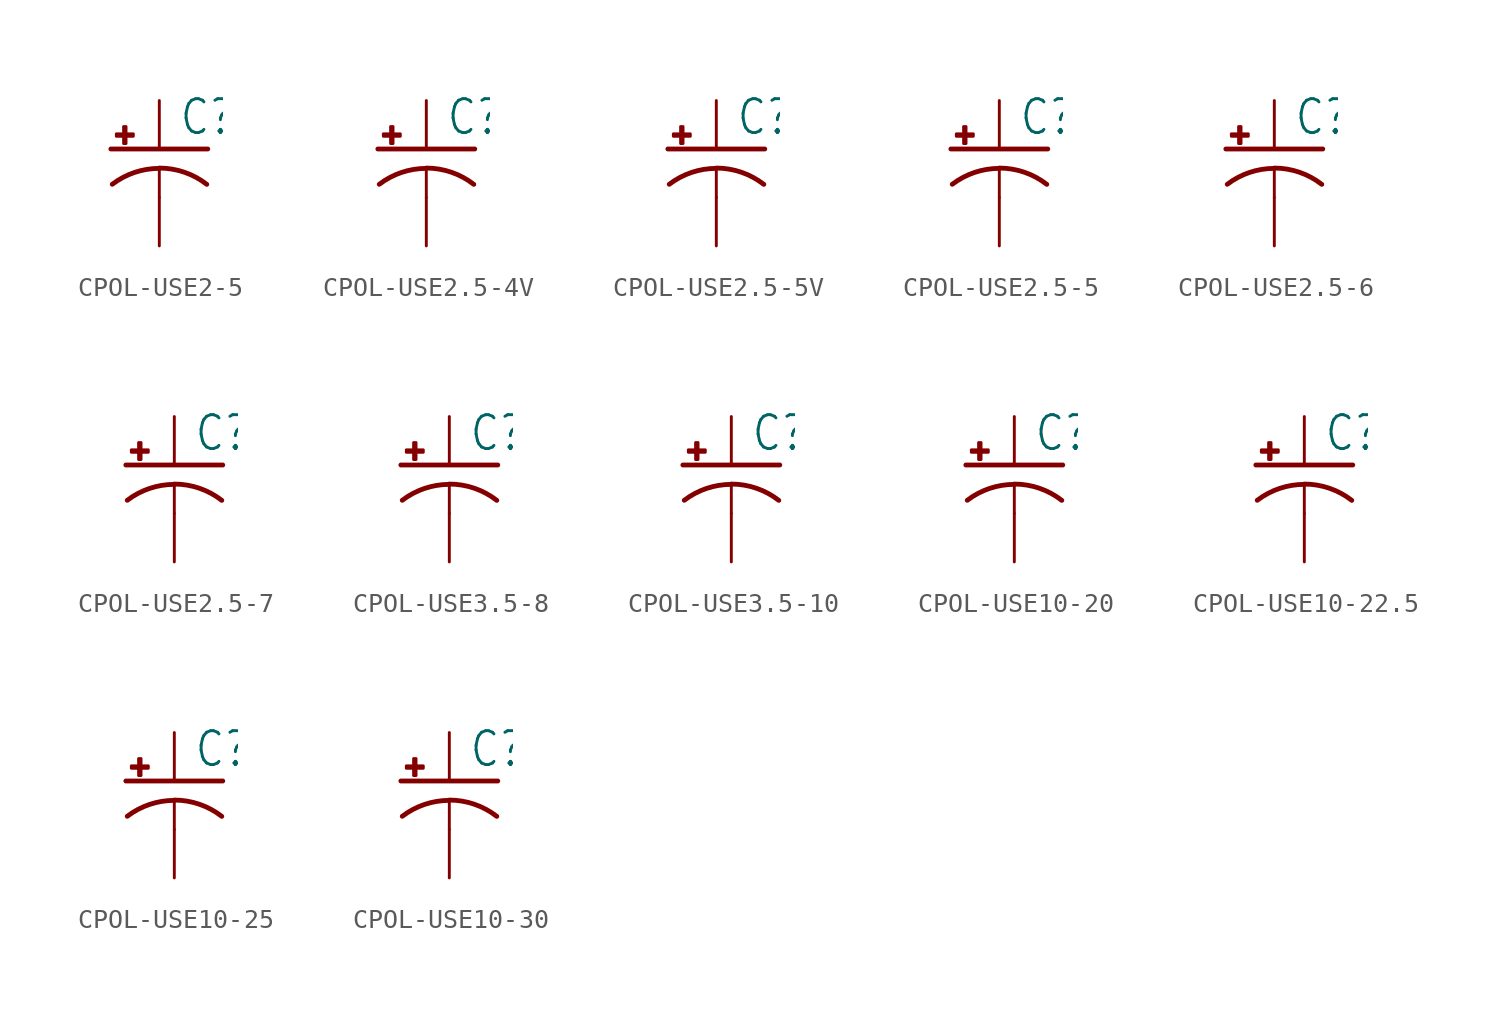
<source format=kicad_sym>
(kicad_symbol_lib
  (version 20241209)
  (generator "kicad_symbol_editor")
  (generator_version "9.0")
  (symbol "CPOL-USE2-5"
    (property "Reference" "C"
      (at 1.016 0.635 0)
      (effects (font (size 1.778 1.511)) (justify left bottom)))
    (property "Value" ""
      (at 1.016 -4.191 0)
      (effects (font (size 1.778 1.511)) (justify left bottom)))
    (property "ki_locked" ""
      (at 0 0 0)
      (effects (font (size 1.27 1.27))))
    (symbol "CPOL-USE2-5_1_0"
      (polyline (pts (xy -2.54 0) (xy 2.54 0)) (stroke (width 0.254) (type solid)) (fill (type none)))
      (rectangle (start -2.253 0.668) (end -1.364 0.795) (stroke (width 0) (type default)) (fill (type outline)))
      (rectangle (start -1.872 0.287) (end -1.745 1.176) (stroke (width 0) (type default)) (fill (type outline)))
      (arc (start -2.4669 -1.8504) (mid -1.3021 -1.2303) (end 0 -1.0161) (stroke (width 0.254) (type solid)) (fill (type none)))
      (polyline (pts (xy 0 -1.016) (xy 0 -2.54)) (stroke (width 0.152) (type solid)) (fill (type none)))
      (arc (start 0 -1) (mid 1.3158 -1.2195) (end 2.4892 -1.8541) (stroke (width 0.254) (type solid)) (fill (type none)))
      (pin passive line (at 0 2.54 270) (length 2.54) (name "+" (effects (font (size 0 0)))) (number "+" (effects (font (size 0 0)))))
      (pin passive line (at 0 -5.08 90) (length 2.54) (name "-" (effects (font (size 0 0)))) (number "-" (effects (font (size 0 0)))))))
  (symbol "CPOL-USE2.5-4V"
    (property "Reference" "C"
      (at 1.016 0.635 0)
      (effects (font (size 1.778 1.511)) (justify left bottom)))
    (property "Value" ""
      (at 1.016 -4.191 0)
      (effects (font (size 1.778 1.511)) (justify left bottom)))
    (property "ki_locked" ""
      (at 0 0 0)
      (effects (font (size 1.27 1.27))))
    (symbol "CPOL-USE2.5-4V_1_0"
      (polyline (pts (xy -2.54 0) (xy 2.54 0)) (stroke (width 0.254) (type solid)) (fill (type none)))
      (rectangle (start -2.253 0.668) (end -1.364 0.795) (stroke (width 0) (type default)) (fill (type outline)))
      (rectangle (start -1.872 0.287) (end -1.745 1.176) (stroke (width 0) (type default)) (fill (type outline)))
      (arc (start -2.4669 -1.8504) (mid -1.3021 -1.2303) (end 0 -1.0161) (stroke (width 0.254) (type solid)) (fill (type none)))
      (polyline (pts (xy 0 -1.016) (xy 0 -2.54)) (stroke (width 0.152) (type solid)) (fill (type none)))
      (arc (start 0 -1) (mid 1.3158 -1.2195) (end 2.4892 -1.8541) (stroke (width 0.254) (type solid)) (fill (type none)))
      (pin passive line (at 0 2.54 270) (length 2.54) (name "+" (effects (font (size 0 0)))) (number "+" (effects (font (size 0 0)))))
      (pin passive line (at 0 -5.08 90) (length 2.54) (name "-" (effects (font (size 0 0)))) (number "-" (effects (font (size 0 0)))))))
  (symbol "CPOL-USE2.5-5V"
    (property "Reference" "C"
      (at 1.016 0.635 0)
      (effects (font (size 1.778 1.511)) (justify left bottom)))
    (property "Value" ""
      (at 1.016 -4.191 0)
      (effects (font (size 1.778 1.511)) (justify left bottom)))
    (property "ki_locked" ""
      (at 0 0 0)
      (effects (font (size 1.27 1.27))))
    (symbol "CPOL-USE2.5-5V_1_0"
      (polyline (pts (xy -2.54 0) (xy 2.54 0)) (stroke (width 0.254) (type solid)) (fill (type none)))
      (rectangle (start -2.253 0.668) (end -1.364 0.795) (stroke (width 0) (type default)) (fill (type outline)))
      (rectangle (start -1.872 0.287) (end -1.745 1.176) (stroke (width 0) (type default)) (fill (type outline)))
      (arc (start -2.4669 -1.8504) (mid -1.3021 -1.2303) (end 0 -1.0161) (stroke (width 0.254) (type solid)) (fill (type none)))
      (polyline (pts (xy 0 -1.016) (xy 0 -2.54)) (stroke (width 0.152) (type solid)) (fill (type none)))
      (arc (start 0 -1) (mid 1.3158 -1.2195) (end 2.4892 -1.8541) (stroke (width 0.254) (type solid)) (fill (type none)))
      (pin passive line (at 0 2.54 270) (length 2.54) (name "+" (effects (font (size 0 0)))) (number "+" (effects (font (size 0 0)))))
      (pin passive line (at 0 -5.08 90) (length 2.54) (name "-" (effects (font (size 0 0)))) (number "-" (effects (font (size 0 0)))))))
  (symbol "CPOL-USE2.5-5"
    (property "Reference" "C"
      (at 1.016 0.635 0)
      (effects (font (size 1.778 1.511)) (justify left bottom)))
    (property "Value" ""
      (at 1.016 -4.191 0)
      (effects (font (size 1.778 1.511)) (justify left bottom)))
    (property "ki_locked" ""
      (at 0 0 0)
      (effects (font (size 1.27 1.27))))
    (symbol "CPOL-USE2.5-5_1_0"
      (polyline (pts (xy -2.54 0) (xy 2.54 0)) (stroke (width 0.254) (type solid)) (fill (type none)))
      (rectangle (start -2.253 0.668) (end -1.364 0.795) (stroke (width 0) (type default)) (fill (type outline)))
      (rectangle (start -1.872 0.287) (end -1.745 1.176) (stroke (width 0) (type default)) (fill (type outline)))
      (arc (start -2.4669 -1.8504) (mid -1.3021 -1.2303) (end 0 -1.0161) (stroke (width 0.254) (type solid)) (fill (type none)))
      (polyline (pts (xy 0 -1.016) (xy 0 -2.54)) (stroke (width 0.152) (type solid)) (fill (type none)))
      (arc (start 0 -1) (mid 1.3158 -1.2195) (end 2.4892 -1.8541) (stroke (width 0.254) (type solid)) (fill (type none)))
      (pin passive line (at 0 2.54 270) (length 2.54) (name "+" (effects (font (size 0 0)))) (number "+" (effects (font (size 0 0)))))
      (pin passive line (at 0 -5.08 90) (length 2.54) (name "-" (effects (font (size 0 0)))) (number "-" (effects (font (size 0 0)))))))
  (symbol "CPOL-USE2.5-6"
    (property "Reference" "C"
      (at 1.016 0.635 0)
      (effects (font (size 1.778 1.511)) (justify left bottom)))
    (property "Value" ""
      (at 1.016 -4.191 0)
      (effects (font (size 1.778 1.511)) (justify left bottom)))
    (property "ki_locked" ""
      (at 0 0 0)
      (effects (font (size 1.27 1.27))))
    (symbol "CPOL-USE2.5-6_1_0"
      (polyline (pts (xy -2.54 0) (xy 2.54 0)) (stroke (width 0.254) (type solid)) (fill (type none)))
      (rectangle (start -2.253 0.668) (end -1.364 0.795) (stroke (width 0) (type default)) (fill (type outline)))
      (rectangle (start -1.872 0.287) (end -1.745 1.176) (stroke (width 0) (type default)) (fill (type outline)))
      (arc (start -2.4669 -1.8504) (mid -1.3021 -1.2303) (end 0 -1.0161) (stroke (width 0.254) (type solid)) (fill (type none)))
      (polyline (pts (xy 0 -1.016) (xy 0 -2.54)) (stroke (width 0.152) (type solid)) (fill (type none)))
      (arc (start 0 -1) (mid 1.3158 -1.2195) (end 2.4892 -1.8541) (stroke (width 0.254) (type solid)) (fill (type none)))
      (pin passive line (at 0 2.54 270) (length 2.54) (name "+" (effects (font (size 0 0)))) (number "+" (effects (font (size 0 0)))))
      (pin passive line (at 0 -5.08 90) (length 2.54) (name "-" (effects (font (size 0 0)))) (number "-" (effects (font (size 0 0)))))))
  (symbol "CPOL-USE2.5-7"
    (property "Reference" "C"
      (at 1.016 0.635 0)
      (effects (font (size 1.778 1.511)) (justify left bottom)))
    (property "Value" ""
      (at 1.016 -4.191 0)
      (effects (font (size 1.778 1.511)) (justify left bottom)))
    (property "ki_locked" ""
      (at 0 0 0)
      (effects (font (size 1.27 1.27))))
    (symbol "CPOL-USE2.5-7_1_0"
      (polyline (pts (xy -2.54 0) (xy 2.54 0)) (stroke (width 0.254) (type solid)) (fill (type none)))
      (rectangle (start -2.253 0.668) (end -1.364 0.795) (stroke (width 0) (type default)) (fill (type outline)))
      (rectangle (start -1.872 0.287) (end -1.745 1.176) (stroke (width 0) (type default)) (fill (type outline)))
      (arc (start -2.4669 -1.8504) (mid -1.3021 -1.2303) (end 0 -1.0161) (stroke (width 0.254) (type solid)) (fill (type none)))
      (polyline (pts (xy 0 -1.016) (xy 0 -2.54)) (stroke (width 0.152) (type solid)) (fill (type none)))
      (arc (start 0 -1) (mid 1.3158 -1.2195) (end 2.4892 -1.8541) (stroke (width 0.254) (type solid)) (fill (type none)))
      (pin passive line (at 0 2.54 270) (length 2.54) (name "+" (effects (font (size 0 0)))) (number "+" (effects (font (size 0 0)))))
      (pin passive line (at 0 -5.08 90) (length 2.54) (name "-" (effects (font (size 0 0)))) (number "-" (effects (font (size 0 0)))))))
  (symbol "CPOL-USE3.5-8"
    (property "Reference" "C"
      (at 1.016 0.635 0)
      (effects (font (size 1.778 1.511)) (justify left bottom)))
    (property "Value" ""
      (at 1.016 -4.191 0)
      (effects (font (size 1.778 1.511)) (justify left bottom)))
    (property "ki_locked" ""
      (at 0 0 0)
      (effects (font (size 1.27 1.27))))
    (symbol "CPOL-USE3.5-8_1_0"
      (polyline (pts (xy -2.54 0) (xy 2.54 0)) (stroke (width 0.254) (type solid)) (fill (type none)))
      (rectangle (start -2.253 0.668) (end -1.364 0.795) (stroke (width 0) (type default)) (fill (type outline)))
      (rectangle (start -1.872 0.287) (end -1.745 1.176) (stroke (width 0) (type default)) (fill (type outline)))
      (arc (start -2.4669 -1.8504) (mid -1.3021 -1.2303) (end 0 -1.0161) (stroke (width 0.254) (type solid)) (fill (type none)))
      (polyline (pts (xy 0 -1.016) (xy 0 -2.54)) (stroke (width 0.152) (type solid)) (fill (type none)))
      (arc (start 0 -1) (mid 1.3158 -1.2195) (end 2.4892 -1.8541) (stroke (width 0.254) (type solid)) (fill (type none)))
      (pin passive line (at 0 2.54 270) (length 2.54) (name "+" (effects (font (size 0 0)))) (number "+" (effects (font (size 0 0)))))
      (pin passive line (at 0 -5.08 90) (length 2.54) (name "-" (effects (font (size 0 0)))) (number "-" (effects (font (size 0 0)))))))
  (symbol "CPOL-USE3.5-10"
    (property "Reference" "C"
      (at 1.016 0.635 0)
      (effects (font (size 1.778 1.511)) (justify left bottom)))
    (property "Value" ""
      (at 1.016 -4.191 0)
      (effects (font (size 1.778 1.511)) (justify left bottom)))
    (property "ki_locked" ""
      (at 0 0 0)
      (effects (font (size 1.27 1.27))))
    (symbol "CPOL-USE3.5-10_1_0"
      (polyline (pts (xy -2.54 0) (xy 2.54 0)) (stroke (width 0.254) (type solid)) (fill (type none)))
      (rectangle (start -2.253 0.668) (end -1.364 0.795) (stroke (width 0) (type default)) (fill (type outline)))
      (rectangle (start -1.872 0.287) (end -1.745 1.176) (stroke (width 0) (type default)) (fill (type outline)))
      (arc (start -2.4669 -1.8504) (mid -1.3021 -1.2303) (end 0 -1.0161) (stroke (width 0.254) (type solid)) (fill (type none)))
      (polyline (pts (xy 0 -1.016) (xy 0 -2.54)) (stroke (width 0.152) (type solid)) (fill (type none)))
      (arc (start 0 -1) (mid 1.3158 -1.2195) (end 2.4892 -1.8541) (stroke (width 0.254) (type solid)) (fill (type none)))
      (pin passive line (at 0 2.54 270) (length 2.54) (name "+" (effects (font (size 0 0)))) (number "+" (effects (font (size 0 0)))))
      (pin passive line (at 0 -5.08 90) (length 2.54) (name "-" (effects (font (size 0 0)))) (number "-" (effects (font (size 0 0)))))))
  (symbol "CPOL-USE10-20"
    (property "Reference" "C"
      (at 1.016 0.635 0)
      (effects (font (size 1.778 1.511)) (justify left bottom)))
    (property "Value" ""
      (at 1.016 -4.191 0)
      (effects (font (size 1.778 1.511)) (justify left bottom)))
    (property "ki_locked" ""
      (at 0 0 0)
      (effects (font (size 1.27 1.27))))
    (symbol "CPOL-USE10-20_1_0"
      (polyline (pts (xy -2.54 0) (xy 2.54 0)) (stroke (width 0.254) (type solid)) (fill (type none)))
      (rectangle (start -2.253 0.668) (end -1.364 0.795) (stroke (width 0) (type default)) (fill (type outline)))
      (rectangle (start -1.872 0.287) (end -1.745 1.176) (stroke (width 0) (type default)) (fill (type outline)))
      (arc (start -2.4669 -1.8504) (mid -1.3021 -1.2303) (end 0 -1.0161) (stroke (width 0.254) (type solid)) (fill (type none)))
      (polyline (pts (xy 0 -1.016) (xy 0 -2.54)) (stroke (width 0.152) (type solid)) (fill (type none)))
      (arc (start 0 -1) (mid 1.3158 -1.2195) (end 2.4892 -1.8541) (stroke (width 0.254) (type solid)) (fill (type none)))
      (pin passive line (at 0 2.54 270) (length 2.54) (name "+" (effects (font (size 0 0)))) (number "+" (effects (font (size 0 0)))))
      (pin passive line (at 0 -5.08 90) (length 2.54) (name "-" (effects (font (size 0 0)))) (number "-" (effects (font (size 0 0)))))))
  (symbol "CPOL-USE10-22.5"
    (property "Reference" "C"
      (at 1.016 0.635 0)
      (effects (font (size 1.778 1.511)) (justify left bottom)))
    (property "Value" ""
      (at 1.016 -4.191 0)
      (effects (font (size 1.778 1.511)) (justify left bottom)))
    (property "ki_locked" ""
      (at 0 0 0)
      (effects (font (size 1.27 1.27))))
    (symbol "CPOL-USE10-22.5_1_0"
      (polyline (pts (xy -2.54 0) (xy 2.54 0)) (stroke (width 0.254) (type solid)) (fill (type none)))
      (rectangle (start -2.253 0.668) (end -1.364 0.795) (stroke (width 0) (type default)) (fill (type outline)))
      (rectangle (start -1.872 0.287) (end -1.745 1.176) (stroke (width 0) (type default)) (fill (type outline)))
      (arc (start -2.4669 -1.8504) (mid -1.3021 -1.2303) (end 0 -1.0161) (stroke (width 0.254) (type solid)) (fill (type none)))
      (polyline (pts (xy 0 -1.016) (xy 0 -2.54)) (stroke (width 0.152) (type solid)) (fill (type none)))
      (arc (start 0 -1) (mid 1.3158 -1.2195) (end 2.4892 -1.8541) (stroke (width 0.254) (type solid)) (fill (type none)))
      (pin passive line (at 0 2.54 270) (length 2.54) (name "+" (effects (font (size 0 0)))) (number "+" (effects (font (size 0 0)))))
      (pin passive line (at 0 -5.08 90) (length 2.54) (name "-" (effects (font (size 0 0)))) (number "-" (effects (font (size 0 0)))))))
  (symbol "CPOL-USE10-25"
    (property "Reference" "C"
      (at 1.016 0.635 0)
      (effects (font (size 1.778 1.511)) (justify left bottom)))
    (property "Value" ""
      (at 1.016 -4.191 0)
      (effects (font (size 1.778 1.511)) (justify left bottom)))
    (property "ki_locked" ""
      (at 0 0 0)
      (effects (font (size 1.27 1.27))))
    (symbol "CPOL-USE10-25_1_0"
      (polyline (pts (xy -2.54 0) (xy 2.54 0)) (stroke (width 0.254) (type solid)) (fill (type none)))
      (rectangle (start -2.253 0.668) (end -1.364 0.795) (stroke (width 0) (type default)) (fill (type outline)))
      (rectangle (start -1.872 0.287) (end -1.745 1.176) (stroke (width 0) (type default)) (fill (type outline)))
      (arc (start -2.4669 -1.8504) (mid -1.3021 -1.2303) (end 0 -1.0161) (stroke (width 0.254) (type solid)) (fill (type none)))
      (polyline (pts (xy 0 -1.016) (xy 0 -2.54)) (stroke (width 0.152) (type solid)) (fill (type none)))
      (arc (start 0 -1) (mid 1.3158 -1.2195) (end 2.4892 -1.8541) (stroke (width 0.254) (type solid)) (fill (type none)))
      (pin passive line (at 0 2.54 270) (length 2.54) (name "+" (effects (font (size 0 0)))) (number "+" (effects (font (size 0 0)))))
      (pin passive line (at 0 -5.08 90) (length 2.54) (name "-" (effects (font (size 0 0)))) (number "-" (effects (font (size 0 0)))))))
  (symbol "CPOL-USE10-30"
    (property "Reference" "C"
      (at 1.016 0.635 0)
      (effects (font (size 1.778 1.511)) (justify left bottom)))
    (property "Value" ""
      (at 1.016 -4.191 0)
      (effects (font (size 1.778 1.511)) (justify left bottom)))
    (property "ki_locked" ""
      (at 0 0 0)
      (effects (font (size 1.27 1.27))))
    (symbol "CPOL-USE10-30_1_0"
      (polyline (pts (xy -2.54 0) (xy 2.54 0)) (stroke (width 0.254) (type solid)) (fill (type none)))
      (rectangle (start -2.253 0.668) (end -1.364 0.795) (stroke (width 0) (type default)) (fill (type outline)))
      (rectangle (start -1.872 0.287) (end -1.745 1.176) (stroke (width 0) (type default)) (fill (type outline)))
      (arc (start -2.4669 -1.8504) (mid -1.3021 -1.2303) (end 0 -1.0161) (stroke (width 0.254) (type solid)) (fill (type none)))
      (polyline (pts (xy 0 -1.016) (xy 0 -2.54)) (stroke (width 0.152) (type solid)) (fill (type none)))
      (arc (start 0 -1) (mid 1.3158 -1.2195) (end 2.4892 -1.8541) (stroke (width 0.254) (type solid)) (fill (type none)))
      (pin passive line (at 0 2.54 270) (length 2.54) (name "+" (effects (font (size 0 0)))) (number "+" (effects (font (size 0 0)))))
      (pin passive line (at 0 -5.08 90) (length 2.54) (name "-" (effects (font (size 0 0)))) (number "-" (effects (font (size 0 0))))))))
</source>
